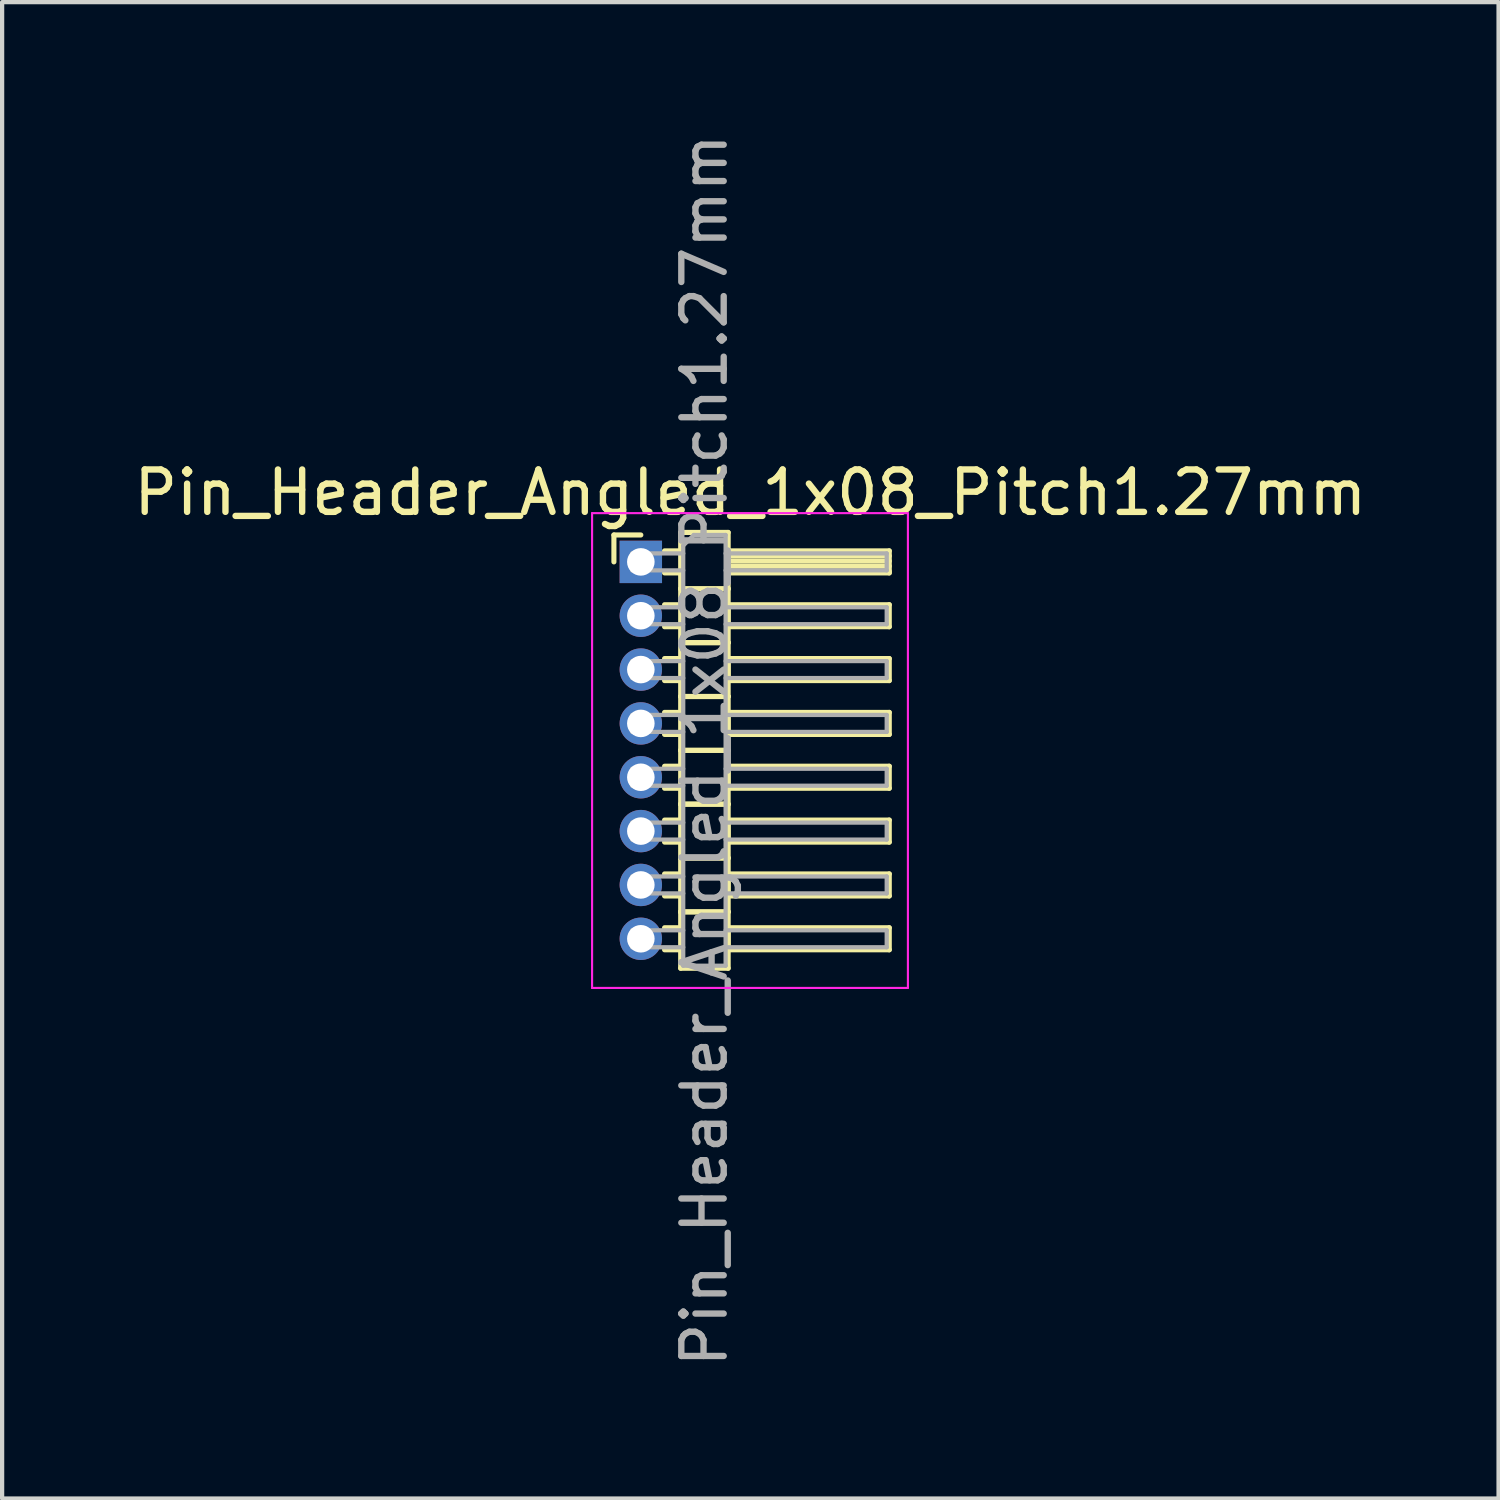
<source format=kicad_pcb>
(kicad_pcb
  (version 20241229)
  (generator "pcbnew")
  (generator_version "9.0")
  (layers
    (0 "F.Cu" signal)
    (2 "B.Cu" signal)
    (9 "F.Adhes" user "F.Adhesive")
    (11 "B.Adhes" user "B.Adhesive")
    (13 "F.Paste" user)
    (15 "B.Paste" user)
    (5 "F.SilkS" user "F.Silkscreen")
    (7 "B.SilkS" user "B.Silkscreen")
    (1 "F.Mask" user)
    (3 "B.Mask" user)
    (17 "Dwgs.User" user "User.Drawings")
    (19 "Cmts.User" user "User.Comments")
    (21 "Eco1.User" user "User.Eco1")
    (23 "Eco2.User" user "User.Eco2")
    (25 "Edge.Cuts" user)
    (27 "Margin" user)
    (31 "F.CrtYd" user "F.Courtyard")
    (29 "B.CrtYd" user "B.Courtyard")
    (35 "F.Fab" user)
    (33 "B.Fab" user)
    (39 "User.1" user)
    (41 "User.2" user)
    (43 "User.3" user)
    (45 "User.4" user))
  (footprint "Pin_Header_Angled_1x08_Pitch1.27mm"
    (layer "F.Cu")
    (at 12.066 10.204)
    (property "Reference" "Pin_Header_Angled_1x08_Pitch1.27mm" (at 2.583 -1.635 0) (layer "F.SilkS") (effects (font (size 1 1) (thickness 0.15))))
    (attr through_hole)
    (fp_line (start -0.635 -0.635) (end 0 -0.635) (stroke (width 0.12) (type solid)) (layer "F.SilkS"))
    (fp_line (start -0.635 0) (end -0.635 -0.635) (stroke (width 0.12) (type solid)) (layer "F.SilkS"))
    (fp_line (start 0.56 -0.26) (end 0.94 -0.26) (stroke (width 0.12) (type solid)) (layer "F.SilkS"))
    (fp_line (start 0.56 0.26) (end 0.94 0.26) (stroke (width 0.12) (type solid)) (layer "F.SilkS"))
    (fp_line (start 0.56 1.01) (end 0.94 1.01) (stroke (width 0.12) (type solid)) (layer "F.SilkS"))
    (fp_line (start 0.56 1.53) (end 0.94 1.53) (stroke (width 0.12) (type solid)) (layer "F.SilkS"))
    (fp_line (start 0.56 2.28) (end 0.94 2.28) (stroke (width 0.12) (type solid)) (layer "F.SilkS"))
    (fp_line (start 0.56 2.8) (end 0.94 2.8) (stroke (width 0.12) (type solid)) (layer "F.SilkS"))
    (fp_line (start 0.56 3.55) (end 0.94 3.55) (stroke (width 0.12) (type solid)) (layer "F.SilkS"))
    (fp_line (start 0.56 4.07) (end 0.94 4.07) (stroke (width 0.12) (type solid)) (layer "F.SilkS"))
    (fp_line (start 0.56 4.82) (end 0.94 4.82) (stroke (width 0.12) (type solid)) (layer "F.SilkS"))
    (fp_line (start 0.56 5.34) (end 0.94 5.34) (stroke (width 0.12) (type solid)) (layer "F.SilkS"))
    (fp_line (start 0.56 6.09) (end 0.94 6.09) (stroke (width 0.12) (type solid)) (layer "F.SilkS"))
    (fp_line (start 0.56 6.61) (end 0.94 6.61) (stroke (width 0.12) (type solid)) (layer "F.SilkS"))
    (fp_line (start 0.56 7.36) (end 0.94 7.36) (stroke (width 0.12) (type solid)) (layer "F.SilkS"))
    (fp_line (start 0.56 7.88) (end 0.94 7.88) (stroke (width 0.12) (type solid)) (layer "F.SilkS"))
    (fp_line (start 0.56 8.63) (end 0.94 8.63) (stroke (width 0.12) (type solid)) (layer "F.SilkS"))
    (fp_line (start 0.56 9.15) (end 0.94 9.15) (stroke (width 0.12) (type solid)) (layer "F.SilkS"))
    (fp_line (start 0.94 -0.695) (end 0.94 0.635) (stroke (width 0.12) (type solid)) (layer "F.SilkS"))
    (fp_line (start 0.94 0.635) (end 0.94 1.905) (stroke (width 0.12) (type solid)) (layer "F.SilkS"))
    (fp_line (start 0.94 0.635) (end 2.06 0.635) (stroke (width 0.12) (type solid)) (layer "F.SilkS"))
    (fp_line (start 0.94 1.905) (end 0.94 3.175) (stroke (width 0.12) (type solid)) (layer "F.SilkS"))
    (fp_line (start 0.94 1.905) (end 2.06 1.905) (stroke (width 0.12) (type solid)) (layer "F.SilkS"))
    (fp_line (start 0.94 3.175) (end 0.94 4.445) (stroke (width 0.12) (type solid)) (layer "F.SilkS"))
    (fp_line (start 0.94 3.175) (end 2.06 3.175) (stroke (width 0.12) (type solid)) (layer "F.SilkS"))
    (fp_line (start 0.94 4.445) (end 0.94 5.715) (stroke (width 0.12) (type solid)) (layer "F.SilkS"))
    (fp_line (start 0.94 4.445) (end 2.06 4.445) (stroke (width 0.12) (type solid)) (layer "F.SilkS"))
    (fp_line (start 0.94 5.715) (end 0.94 6.985) (stroke (width 0.12) (type solid)) (layer "F.SilkS"))
    (fp_line (start 0.94 5.715) (end 2.06 5.715) (stroke (width 0.12) (type solid)) (layer "F.SilkS"))
    (fp_line (start 0.94 6.985) (end 0.94 8.255) (stroke (width 0.12) (type solid)) (layer "F.SilkS"))
    (fp_line (start 0.94 6.985) (end 2.06 6.985) (stroke (width 0.12) (type solid)) (layer "F.SilkS"))
    (fp_line (start 0.94 8.255) (end 0.94 9.585) (stroke (width 0.12) (type solid)) (layer "F.SilkS"))
    (fp_line (start 0.94 8.255) (end 2.06 8.255) (stroke (width 0.12) (type solid)) (layer "F.SilkS"))
    (fp_line (start 0.94 9.585) (end 2.06 9.585) (stroke (width 0.12) (type solid)) (layer "F.SilkS"))
    (fp_line (start 2.06 -0.695) (end 0.94 -0.695) (stroke (width 0.12) (type solid)) (layer "F.SilkS"))
    (fp_line (start 2.06 -0.26) (end 2.06 0.26) (stroke (width 0.12) (type solid)) (layer "F.SilkS"))
    (fp_line (start 2.06 -0.14) (end 5.86 -0.14) (stroke (width 0.12) (type solid)) (layer "F.SilkS"))
    (fp_line (start 2.06 -0.02) (end 5.86 -0.02) (stroke (width 0.12) (type solid)) (layer "F.SilkS"))
    (fp_line (start 2.06 0.1) (end 5.86 0.1) (stroke (width 0.12) (type solid)) (layer "F.SilkS"))
    (fp_line (start 2.06 0.22) (end 5.86 0.22) (stroke (width 0.12) (type solid)) (layer "F.SilkS"))
    (fp_line (start 2.06 0.26) (end 5.86 0.26) (stroke (width 0.12) (type solid)) (layer "F.SilkS"))
    (fp_line (start 2.06 0.635) (end 0.94 0.635) (stroke (width 0.12) (type solid)) (layer "F.SilkS"))
    (fp_line (start 2.06 0.635) (end 2.06 -0.695) (stroke (width 0.12) (type solid)) (layer "F.SilkS"))
    (fp_line (start 2.06 1.01) (end 2.06 1.53) (stroke (width 0.12) (type solid)) (layer "F.SilkS"))
    (fp_line (start 2.06 1.53) (end 5.86 1.53) (stroke (width 0.12) (type solid)) (layer "F.SilkS"))
    (fp_line (start 2.06 1.905) (end 0.94 1.905) (stroke (width 0.12) (type solid)) (layer "F.SilkS"))
    (fp_line (start 2.06 1.905) (end 2.06 0.635) (stroke (width 0.12) (type solid)) (layer "F.SilkS"))
    (fp_line (start 2.06 2.28) (end 2.06 2.8) (stroke (width 0.12) (type solid)) (layer "F.SilkS"))
    (fp_line (start 2.06 2.8) (end 5.86 2.8) (stroke (width 0.12) (type solid)) (layer "F.SilkS"))
    (fp_line (start 2.06 3.175) (end 0.94 3.175) (stroke (width 0.12) (type solid)) (layer "F.SilkS"))
    (fp_line (start 2.06 3.175) (end 2.06 1.905) (stroke (width 0.12) (type solid)) (layer "F.SilkS"))
    (fp_line (start 2.06 3.55) (end 2.06 4.07) (stroke (width 0.12) (type solid)) (layer "F.SilkS"))
    (fp_line (start 2.06 4.07) (end 5.86 4.07) (stroke (width 0.12) (type solid)) (layer "F.SilkS"))
    (fp_line (start 2.06 4.445) (end 0.94 4.445) (stroke (width 0.12) (type solid)) (layer "F.SilkS"))
    (fp_line (start 2.06 4.445) (end 2.06 3.175) (stroke (width 0.12) (type solid)) (layer "F.SilkS"))
    (fp_line (start 2.06 4.82) (end 2.06 5.34) (stroke (width 0.12) (type solid)) (layer "F.SilkS"))
    (fp_line (start 2.06 5.34) (end 5.86 5.34) (stroke (width 0.12) (type solid)) (layer "F.SilkS"))
    (fp_line (start 2.06 5.715) (end 0.94 5.715) (stroke (width 0.12) (type solid)) (layer "F.SilkS"))
    (fp_line (start 2.06 5.715) (end 2.06 4.445) (stroke (width 0.12) (type solid)) (layer "F.SilkS"))
    (fp_line (start 2.06 6.09) (end 2.06 6.61) (stroke (width 0.12) (type solid)) (layer "F.SilkS"))
    (fp_line (start 2.06 6.61) (end 5.86 6.61) (stroke (width 0.12) (type solid)) (layer "F.SilkS"))
    (fp_line (start 2.06 6.985) (end 0.94 6.985) (stroke (width 0.12) (type solid)) (layer "F.SilkS"))
    (fp_line (start 2.06 6.985) (end 2.06 5.715) (stroke (width 0.12) (type solid)) (layer "F.SilkS"))
    (fp_line (start 2.06 7.36) (end 2.06 7.88) (stroke (width 0.12) (type solid)) (layer "F.SilkS"))
    (fp_line (start 2.06 7.88) (end 5.86 7.88) (stroke (width 0.12) (type solid)) (layer "F.SilkS"))
    (fp_line (start 2.06 8.255) (end 0.94 8.255) (stroke (width 0.12) (type solid)) (layer "F.SilkS"))
    (fp_line (start 2.06 8.255) (end 2.06 6.985) (stroke (width 0.12) (type solid)) (layer "F.SilkS"))
    (fp_line (start 2.06 8.63) (end 2.06 9.15) (stroke (width 0.12) (type solid)) (layer "F.SilkS"))
    (fp_line (start 2.06 9.15) (end 5.86 9.15) (stroke (width 0.12) (type solid)) (layer "F.SilkS"))
    (fp_line (start 2.06 9.585) (end 2.06 8.255) (stroke (width 0.12) (type solid)) (layer "F.SilkS"))
    (fp_line (start 5.86 -0.26) (end 2.06 -0.26) (stroke (width 0.12) (type solid)) (layer "F.SilkS"))
    (fp_line (start 5.86 0.26) (end 5.86 -0.26) (stroke (width 0.12) (type solid)) (layer "F.SilkS"))
    (fp_line (start 5.86 1.01) (end 2.06 1.01) (stroke (width 0.12) (type solid)) (layer "F.SilkS"))
    (fp_line (start 5.86 1.53) (end 5.86 1.01) (stroke (width 0.12) (type solid)) (layer "F.SilkS"))
    (fp_line (start 5.86 2.28) (end 2.06 2.28) (stroke (width 0.12) (type solid)) (layer "F.SilkS"))
    (fp_line (start 5.86 2.8) (end 5.86 2.28) (stroke (width 0.12) (type solid)) (layer "F.SilkS"))
    (fp_line (start 5.86 3.55) (end 2.06 3.55) (stroke (width 0.12) (type solid)) (layer "F.SilkS"))
    (fp_line (start 5.86 4.07) (end 5.86 3.55) (stroke (width 0.12) (type solid)) (layer "F.SilkS"))
    (fp_line (start 5.86 4.82) (end 2.06 4.82) (stroke (width 0.12) (type solid)) (layer "F.SilkS"))
    (fp_line (start 5.86 5.34) (end 5.86 4.82) (stroke (width 0.12) (type solid)) (layer "F.SilkS"))
    (fp_line (start 5.86 6.09) (end 2.06 6.09) (stroke (width 0.12) (type solid)) (layer "F.SilkS"))
    (fp_line (start 5.86 6.61) (end 5.86 6.09) (stroke (width 0.12) (type solid)) (layer "F.SilkS"))
    (fp_line (start 5.86 7.36) (end 2.06 7.36) (stroke (width 0.12) (type solid)) (layer "F.SilkS"))
    (fp_line (start 5.86 7.88) (end 5.86 7.36) (stroke (width 0.12) (type solid)) (layer "F.SilkS"))
    (fp_line (start 5.86 8.63) (end 2.06 8.63) (stroke (width 0.12) (type solid)) (layer "F.SilkS"))
    (fp_line (start 5.86 9.15) (end 5.86 8.63) (stroke (width 0.12) (type solid)) (layer "F.SilkS"))
    (fp_line (start -1.15 -1.15) (end -1.15 10.05) (stroke (width 0.05) (type solid)) (layer "F.CrtYd"))
    (fp_line (start -1.15 10.05) (end 6.3 10.05) (stroke (width 0.05) (type solid)) (layer "F.CrtYd"))
    (fp_line (start 6.3 -1.15) (end -1.15 -1.15) (stroke (width 0.05) (type solid)) (layer "F.CrtYd"))
    (fp_line (start 6.3 10.05) (end 6.3 -1.15) (stroke (width 0.05) (type solid)) (layer "F.CrtYd"))
    (fp_line (start -0.2 -0.2) (end -0.2 0.2) (stroke (width 0.1) (type solid)) (layer "F.Fab"))
    (fp_line (start -0.2 -0.2) (end 1 -0.2) (stroke (width 0.1) (type solid)) (layer "F.Fab"))
    (fp_line (start -0.2 0.2) (end 1 0.2) (stroke (width 0.1) (type solid)) (layer "F.Fab"))
    (fp_line (start -0.2 1.07) (end -0.2 1.47) (stroke (width 0.1) (type solid)) (layer "F.Fab"))
    (fp_line (start -0.2 1.07) (end 1 1.07) (stroke (width 0.1) (type solid)) (layer "F.Fab"))
    (fp_line (start -0.2 1.47) (end 1 1.47) (stroke (width 0.1) (type solid)) (layer "F.Fab"))
    (fp_line (start -0.2 2.34) (end -0.2 2.74) (stroke (width 0.1) (type solid)) (layer "F.Fab"))
    (fp_line (start -0.2 2.34) (end 1 2.34) (stroke (width 0.1) (type solid)) (layer "F.Fab"))
    (fp_line (start -0.2 2.74) (end 1 2.74) (stroke (width 0.1) (type solid)) (layer "F.Fab"))
    (fp_line (start -0.2 3.61) (end -0.2 4.01) (stroke (width 0.1) (type solid)) (layer "F.Fab"))
    (fp_line (start -0.2 3.61) (end 1 3.61) (stroke (width 0.1) (type solid)) (layer "F.Fab"))
    (fp_line (start -0.2 4.01) (end 1 4.01) (stroke (width 0.1) (type solid)) (layer "F.Fab"))
    (fp_line (start -0.2 4.88) (end -0.2 5.28) (stroke (width 0.1) (type solid)) (layer "F.Fab"))
    (fp_line (start -0.2 4.88) (end 1 4.88) (stroke (width 0.1) (type solid)) (layer "F.Fab"))
    (fp_line (start -0.2 5.28) (end 1 5.28) (stroke (width 0.1) (type solid)) (layer "F.Fab"))
    (fp_line (start -0.2 6.15) (end -0.2 6.55) (stroke (width 0.1) (type solid)) (layer "F.Fab"))
    (fp_line (start -0.2 6.15) (end 1 6.15) (stroke (width 0.1) (type solid)) (layer "F.Fab"))
    (fp_line (start -0.2 6.55) (end 1 6.55) (stroke (width 0.1) (type solid)) (layer "F.Fab"))
    (fp_line (start -0.2 7.42) (end -0.2 7.82) (stroke (width 0.1) (type solid)) (layer "F.Fab"))
    (fp_line (start -0.2 7.42) (end 1 7.42) (stroke (width 0.1) (type solid)) (layer "F.Fab"))
    (fp_line (start -0.2 7.82) (end 1 7.82) (stroke (width 0.1) (type solid)) (layer "F.Fab"))
    (fp_line (start -0.2 8.69) (end -0.2 9.09) (stroke (width 0.1) (type solid)) (layer "F.Fab"))
    (fp_line (start -0.2 8.69) (end 1 8.69) (stroke (width 0.1) (type solid)) (layer "F.Fab"))
    (fp_line (start -0.2 9.09) (end 1 9.09) (stroke (width 0.1) (type solid)) (layer "F.Fab"))
    (fp_line (start 1 -0.385) (end 1.25 -0.635) (stroke (width 0.1) (type solid)) (layer "F.Fab"))
    (fp_line (start 1 9.525) (end 1 -0.385) (stroke (width 0.1) (type solid)) (layer "F.Fab"))
    (fp_line (start 1.25 -0.635) (end 2 -0.635) (stroke (width 0.1) (type solid)) (layer "F.Fab"))
    (fp_line (start 2 -0.635) (end 2 9.525) (stroke (width 0.1) (type solid)) (layer "F.Fab"))
    (fp_line (start 2 -0.2) (end 5.8 -0.2) (stroke (width 0.1) (type solid)) (layer "F.Fab"))
    (fp_line (start 2 0.2) (end 5.8 0.2) (stroke (width 0.1) (type solid)) (layer "F.Fab"))
    (fp_line (start 2 1.07) (end 5.8 1.07) (stroke (width 0.1) (type solid)) (layer "F.Fab"))
    (fp_line (start 2 1.47) (end 5.8 1.47) (stroke (width 0.1) (type solid)) (layer "F.Fab"))
    (fp_line (start 2 2.34) (end 5.8 2.34) (stroke (width 0.1) (type solid)) (layer "F.Fab"))
    (fp_line (start 2 2.74) (end 5.8 2.74) (stroke (width 0.1) (type solid)) (layer "F.Fab"))
    (fp_line (start 2 3.61) (end 5.8 3.61) (stroke (width 0.1) (type solid)) (layer "F.Fab"))
    (fp_line (start 2 4.01) (end 5.8 4.01) (stroke (width 0.1) (type solid)) (layer "F.Fab"))
    (fp_line (start 2 4.88) (end 5.8 4.88) (stroke (width 0.1) (type solid)) (layer "F.Fab"))
    (fp_line (start 2 5.28) (end 5.8 5.28) (stroke (width 0.1) (type solid)) (layer "F.Fab"))
    (fp_line (start 2 6.15) (end 5.8 6.15) (stroke (width 0.1) (type solid)) (layer "F.Fab"))
    (fp_line (start 2 6.55) (end 5.8 6.55) (stroke (width 0.1) (type solid)) (layer "F.Fab"))
    (fp_line (start 2 7.42) (end 5.8 7.42) (stroke (width 0.1) (type solid)) (layer "F.Fab"))
    (fp_line (start 2 7.82) (end 5.8 7.82) (stroke (width 0.1) (type solid)) (layer "F.Fab"))
    (fp_line (start 2 8.69) (end 5.8 8.69) (stroke (width 0.1) (type solid)) (layer "F.Fab"))
    (fp_line (start 2 9.09) (end 5.8 9.09) (stroke (width 0.1) (type solid)) (layer "F.Fab"))
    (fp_line (start 2 9.525) (end 1 9.525) (stroke (width 0.1) (type solid)) (layer "F.Fab"))
    (fp_line (start 5.8 -0.2) (end 5.8 0.2) (stroke (width 0.1) (type solid)) (layer "F.Fab"))
    (fp_line (start 5.8 1.07) (end 5.8 1.47) (stroke (width 0.1) (type solid)) (layer "F.Fab"))
    (fp_line (start 5.8 2.34) (end 5.8 2.74) (stroke (width 0.1) (type solid)) (layer "F.Fab"))
    (fp_line (start 5.8 3.61) (end 5.8 4.01) (stroke (width 0.1) (type solid)) (layer "F.Fab"))
    (fp_line (start 5.8 4.88) (end 5.8 5.28) (stroke (width 0.1) (type solid)) (layer "F.Fab"))
    (fp_line (start 5.8 6.15) (end 5.8 6.55) (stroke (width 0.1) (type solid)) (layer "F.Fab"))
    (fp_line (start 5.8 7.42) (end 5.8 7.82) (stroke (width 0.1) (type solid)) (layer "F.Fab"))
    (fp_line (start 5.8 8.69) (end 5.8 9.09) (stroke (width 0.1) (type solid)) (layer "F.Fab"))
    (fp_text user "${REFERENCE}" (at 1.5 4.445 90) (layer "F.Fab") (effects (font (size 1 1) (thickness 0.15))))
    (pad "1" thru_hole rect (at 0 0) (size 1 1) (drill 0.65) (layers "*.Cu" "*.Mask"))
    (pad "2" thru_hole oval (at 0 1.27) (size 1 1) (drill 0.65) (layers "*.Cu" "*.Mask"))
    (pad "3" thru_hole oval (at 0 2.54) (size 1 1) (drill 0.65) (layers "*.Cu" "*.Mask"))
    (pad "4" thru_hole oval (at 0 3.81) (size 1 1) (drill 0.65) (layers "*.Cu" "*.Mask"))
    (pad "5" thru_hole oval (at 0 5.08) (size 1 1) (drill 0.65) (layers "*.Cu" "*.Mask"))
    (pad "6" thru_hole oval (at 0 6.35) (size 1 1) (drill 0.65) (layers "*.Cu" "*.Mask"))
    (pad "7" thru_hole oval (at 0 7.62) (size 1 1) (drill 0.65) (layers "*.Cu" "*.Mask"))
    (pad "8" thru_hole oval (at 0 8.89) (size 1 1) (drill 0.65) (layers "*.Cu" "*.Mask")))
  (gr_rect
    (start -3 -3)
    (end 32.298 32.298)
    (stroke (width 0.1) (type default))
    (fill no)
    (layer "Edge.Cuts")))
</source>
